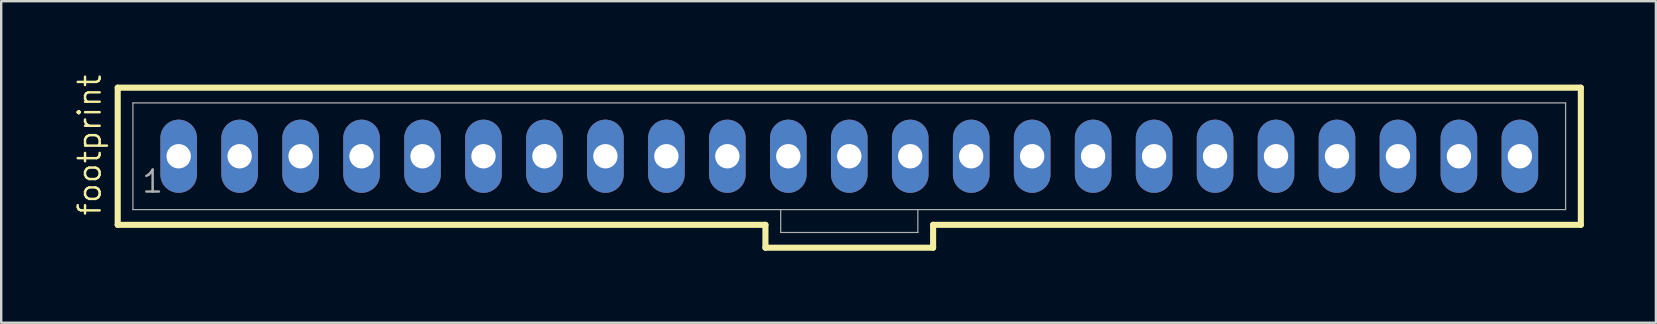
<source format=kicad_pcb>
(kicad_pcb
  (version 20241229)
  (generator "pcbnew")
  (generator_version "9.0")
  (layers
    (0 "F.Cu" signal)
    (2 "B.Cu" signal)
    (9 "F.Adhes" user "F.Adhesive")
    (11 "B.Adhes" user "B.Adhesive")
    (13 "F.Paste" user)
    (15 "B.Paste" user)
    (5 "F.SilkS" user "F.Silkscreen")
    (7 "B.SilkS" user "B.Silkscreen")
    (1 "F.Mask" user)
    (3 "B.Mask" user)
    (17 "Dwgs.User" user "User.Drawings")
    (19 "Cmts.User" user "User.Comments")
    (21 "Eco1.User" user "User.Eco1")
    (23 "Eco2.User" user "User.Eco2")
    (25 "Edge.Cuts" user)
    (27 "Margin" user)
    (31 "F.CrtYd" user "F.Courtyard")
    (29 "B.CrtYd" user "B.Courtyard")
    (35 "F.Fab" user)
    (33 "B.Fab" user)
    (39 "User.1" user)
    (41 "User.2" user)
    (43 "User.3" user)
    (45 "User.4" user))
  (footprint "footprint"
    (layer "F.Cu")
    (at 32.334 3.46)
    (property "Reference" "footprint" (at -31.115 2.54 90) (layer "F.SilkS") (effects (font (size 0.914 0.914) (thickness 0.102)) (justify left bottom)))
    (fp_line (start -30.48 -2.857) (end -30.48 2.857) (stroke (width 0.254) (type solid)) (layer "F.SilkS"))
    (fp_line (start -30.48 2.857) (end -3.493 2.857) (stroke (width 0.254) (type solid)) (layer "F.SilkS"))
    (fp_line (start -3.493 2.857) (end -3.493 3.81) (stroke (width 0.254) (type solid)) (layer "F.SilkS"))
    (fp_line (start -3.493 3.81) (end 3.493 3.81) (stroke (width 0.254) (type solid)) (layer "F.SilkS"))
    (fp_line (start 3.493 2.857) (end 30.48 2.857) (stroke (width 0.254) (type solid)) (layer "F.SilkS"))
    (fp_line (start 3.493 3.81) (end 3.493 2.857) (stroke (width 0.254) (type solid)) (layer "F.SilkS"))
    (fp_line (start 30.48 -2.857) (end -30.48 -2.857) (stroke (width 0.254) (type solid)) (layer "F.SilkS"))
    (fp_line (start 30.48 2.857) (end 30.48 -2.857) (stroke (width 0.254) (type solid)) (layer "F.SilkS"))
    (fp_line (start -29.845 -2.223) (end -29.845 2.223) (stroke (width 0.051) (type solid)) (layer "F.Fab"))
    (fp_line (start -29.845 -2.223) (end 29.845 -2.223) (stroke (width 0.051) (type solid)) (layer "F.Fab"))
    (fp_line (start -29.845 2.223) (end -2.857 2.223) (stroke (width 0.051) (type solid)) (layer "F.Fab"))
    (fp_line (start -2.857 2.223) (end -2.857 3.175) (stroke (width 0.051) (type solid)) (layer "F.Fab"))
    (fp_line (start -2.857 2.223) (end 2.857 2.223) (stroke (width 0.051) (type solid)) (layer "F.Fab"))
    (fp_line (start 2.857 2.223) (end 2.857 3.175) (stroke (width 0.051) (type solid)) (layer "F.Fab"))
    (fp_line (start 2.857 2.223) (end 29.845 2.223) (stroke (width 0.051) (type solid)) (layer "F.Fab"))
    (fp_line (start 2.857 3.175) (end -2.857 3.175) (stroke (width 0.051) (type solid)) (layer "F.Fab"))
    (fp_line (start 29.845 -2.223) (end 29.845 2.223) (stroke (width 0.051) (type solid)) (layer "F.Fab"))
    (fp_poly (pts (xy -28.178 0.238) (xy -27.702 0.238) (xy -27.702 -0.238) (xy -28.178 -0.238)) (stroke (width 0.1) (type solid)) (fill no) (layer "F.Fab"))
    (fp_poly (pts (xy -25.638 0.238) (xy -25.162 0.238) (xy -25.162 -0.238) (xy -25.638 -0.238)) (stroke (width 0.1) (type solid)) (fill no) (layer "F.Fab"))
    (fp_poly (pts (xy -23.098 0.238) (xy -22.622 0.238) (xy -22.622 -0.238) (xy -23.098 -0.238)) (stroke (width 0.1) (type solid)) (fill no) (layer "F.Fab"))
    (fp_poly (pts (xy -20.558 0.238) (xy -20.082 0.238) (xy -20.082 -0.238) (xy -20.558 -0.238)) (stroke (width 0.1) (type solid)) (fill no) (layer "F.Fab"))
    (fp_poly (pts (xy -18.018 0.238) (xy -17.542 0.238) (xy -17.542 -0.238) (xy -18.018 -0.238)) (stroke (width 0.1) (type solid)) (fill no) (layer "F.Fab"))
    (fp_poly (pts (xy -15.478 0.238) (xy -15.002 0.238) (xy -15.002 -0.238) (xy -15.478 -0.238)) (stroke (width 0.1) (type solid)) (fill no) (layer "F.Fab"))
    (fp_poly (pts (xy -12.938 0.238) (xy -12.462 0.238) (xy -12.462 -0.238) (xy -12.938 -0.238)) (stroke (width 0.1) (type solid)) (fill no) (layer "F.Fab"))
    (fp_poly (pts (xy -10.398 0.238) (xy -9.922 0.238) (xy -9.922 -0.238) (xy -10.398 -0.238)) (stroke (width 0.1) (type solid)) (fill no) (layer "F.Fab"))
    (fp_poly (pts (xy -7.858 0.238) (xy -7.382 0.238) (xy -7.382 -0.238) (xy -7.858 -0.238)) (stroke (width 0.1) (type solid)) (fill no) (layer "F.Fab"))
    (fp_poly (pts (xy -5.318 0.238) (xy -4.842 0.238) (xy -4.842 -0.238) (xy -5.318 -0.238)) (stroke (width 0.1) (type solid)) (fill no) (layer "F.Fab"))
    (fp_poly (pts (xy -2.778 0.238) (xy -2.302 0.238) (xy -2.302 -0.238) (xy -2.778 -0.238)) (stroke (width 0.1) (type solid)) (fill no) (layer "F.Fab"))
    (fp_poly (pts (xy -0.238 0.238) (xy 0.238 0.238) (xy 0.238 -0.238) (xy -0.238 -0.238)) (stroke (width 0.1) (type solid)) (fill no) (layer "F.Fab"))
    (fp_poly (pts (xy 2.302 0.238) (xy 2.778 0.238) (xy 2.778 -0.238) (xy 2.302 -0.238)) (stroke (width 0.1) (type solid)) (fill no) (layer "F.Fab"))
    (fp_poly (pts (xy 4.842 0.238) (xy 5.318 0.238) (xy 5.318 -0.238) (xy 4.842 -0.238)) (stroke (width 0.1) (type solid)) (fill no) (layer "F.Fab"))
    (fp_poly (pts (xy 7.382 0.238) (xy 7.858 0.238) (xy 7.858 -0.238) (xy 7.382 -0.238)) (stroke (width 0.1) (type solid)) (fill no) (layer "F.Fab"))
    (fp_poly (pts (xy 9.922 0.238) (xy 10.398 0.238) (xy 10.398 -0.238) (xy 9.922 -0.238)) (stroke (width 0.1) (type solid)) (fill no) (layer "F.Fab"))
    (fp_poly (pts (xy 12.462 0.238) (xy 12.938 0.238) (xy 12.938 -0.238) (xy 12.462 -0.238)) (stroke (width 0.1) (type solid)) (fill no) (layer "F.Fab"))
    (fp_poly (pts (xy 15.002 0.238) (xy 15.478 0.238) (xy 15.478 -0.238) (xy 15.002 -0.238)) (stroke (width 0.1) (type solid)) (fill no) (layer "F.Fab"))
    (fp_poly (pts (xy 17.542 0.238) (xy 18.018 0.238) (xy 18.018 -0.238) (xy 17.542 -0.238)) (stroke (width 0.1) (type solid)) (fill no) (layer "F.Fab"))
    (fp_poly (pts (xy 20.082 0.238) (xy 20.558 0.238) (xy 20.558 -0.238) (xy 20.082 -0.238)) (stroke (width 0.1) (type solid)) (fill no) (layer "F.Fab"))
    (fp_poly (pts (xy 22.622 0.238) (xy 23.098 0.238) (xy 23.098 -0.238) (xy 22.622 -0.238)) (stroke (width 0.1) (type solid)) (fill no) (layer "F.Fab"))
    (fp_poly (pts (xy 25.162 0.238) (xy 25.638 0.238) (xy 25.638 -0.238) (xy 25.162 -0.238)) (stroke (width 0.1) (type solid)) (fill no) (layer "F.Fab"))
    (fp_poly (pts (xy 27.702 0.238) (xy 28.178 0.238) (xy 28.178 -0.238) (xy 27.702 -0.238)) (stroke (width 0.1) (type solid)) (fill no) (layer "F.Fab"))
    (fp_text user "1" (at -29.527 1.587 0) (layer "F.Fab") (effects (font (size 0.914 0.914) (thickness 0.102)) (justify left bottom)))
    (pad "1" thru_hole oval (at -27.94 0 90) (size 3.048 1.524) (drill 1.016) (layers "*.Cu" "*.Mask"))
    (pad "2" thru_hole oval (at -25.4 0 90) (size 3.048 1.524) (drill 1.016) (layers "*.Cu" "*.Mask"))
    (pad "3" thru_hole oval (at -22.86 0 90) (size 3.048 1.524) (drill 1.016) (layers "*.Cu" "*.Mask"))
    (pad "4" thru_hole oval (at -20.32 0 90) (size 3.048 1.524) (drill 1.016) (layers "*.Cu" "*.Mask"))
    (pad "5" thru_hole oval (at -17.78 0 90) (size 3.048 1.524) (drill 1.016) (layers "*.Cu" "*.Mask"))
    (pad "6" thru_hole oval (at -15.24 0 90) (size 3.048 1.524) (drill 1.016) (layers "*.Cu" "*.Mask"))
    (pad "7" thru_hole oval (at -12.7 0 90) (size 3.048 1.524) (drill 1.016) (layers "*.Cu" "*.Mask"))
    (pad "8" thru_hole oval (at -10.16 0 90) (size 3.048 1.524) (drill 1.016) (layers "*.Cu" "*.Mask"))
    (pad "9" thru_hole oval (at -7.62 0 90) (size 3.048 1.524) (drill 1.016) (layers "*.Cu" "*.Mask"))
    (pad "10" thru_hole oval (at -5.08 0 90) (size 3.048 1.524) (drill 1.016) (layers "*.Cu" "*.Mask"))
    (pad "11" thru_hole oval (at -2.54 0 90) (size 3.048 1.524) (drill 1.016) (layers "*.Cu" "*.Mask"))
    (pad "12" thru_hole oval (at 0 0 90) (size 3.048 1.524) (drill 1.016) (layers "*.Cu" "*.Mask"))
    (pad "13" thru_hole oval (at 2.54 0 90) (size 3.048 1.524) (drill 1.016) (layers "*.Cu" "*.Mask"))
    (pad "14" thru_hole oval (at 5.08 0 90) (size 3.048 1.524) (drill 1.016) (layers "*.Cu" "*.Mask"))
    (pad "15" thru_hole oval (at 7.62 0 90) (size 3.048 1.524) (drill 1.016) (layers "*.Cu" "*.Mask"))
    (pad "16" thru_hole oval (at 10.16 0 90) (size 3.048 1.524) (drill 1.016) (layers "*.Cu" "*.Mask"))
    (pad "17" thru_hole oval (at 12.7 0 90) (size 3.048 1.524) (drill 1.016) (layers "*.Cu" "*.Mask"))
    (pad "18" thru_hole oval (at 15.24 0 90) (size 3.048 1.524) (drill 1.016) (layers "*.Cu" "*.Mask"))
    (pad "19" thru_hole oval (at 17.78 0 90) (size 3.048 1.524) (drill 1.016) (layers "*.Cu" "*.Mask"))
    (pad "20" thru_hole oval (at 20.32 0 90) (size 3.048 1.524) (drill 1.016) (layers "*.Cu" "*.Mask"))
    (pad "21" thru_hole oval (at 22.86 0 90) (size 3.048 1.524) (drill 1.016) (layers "*.Cu" "*.Mask"))
    (pad "22" thru_hole oval (at 25.4 0 90) (size 3.048 1.524) (drill 1.016) (layers "*.Cu" "*.Mask"))
    (pad "23" thru_hole oval (at 27.94 0 90) (size 3.048 1.524) (drill 1.016) (layers "*.Cu" "*.Mask")))
  (gr_rect
    (start -3 -3)
    (end 65.941 10.397)
    (stroke (width 0.1) (type default))
    (fill no)
    (layer "Edge.Cuts")))
</source>
